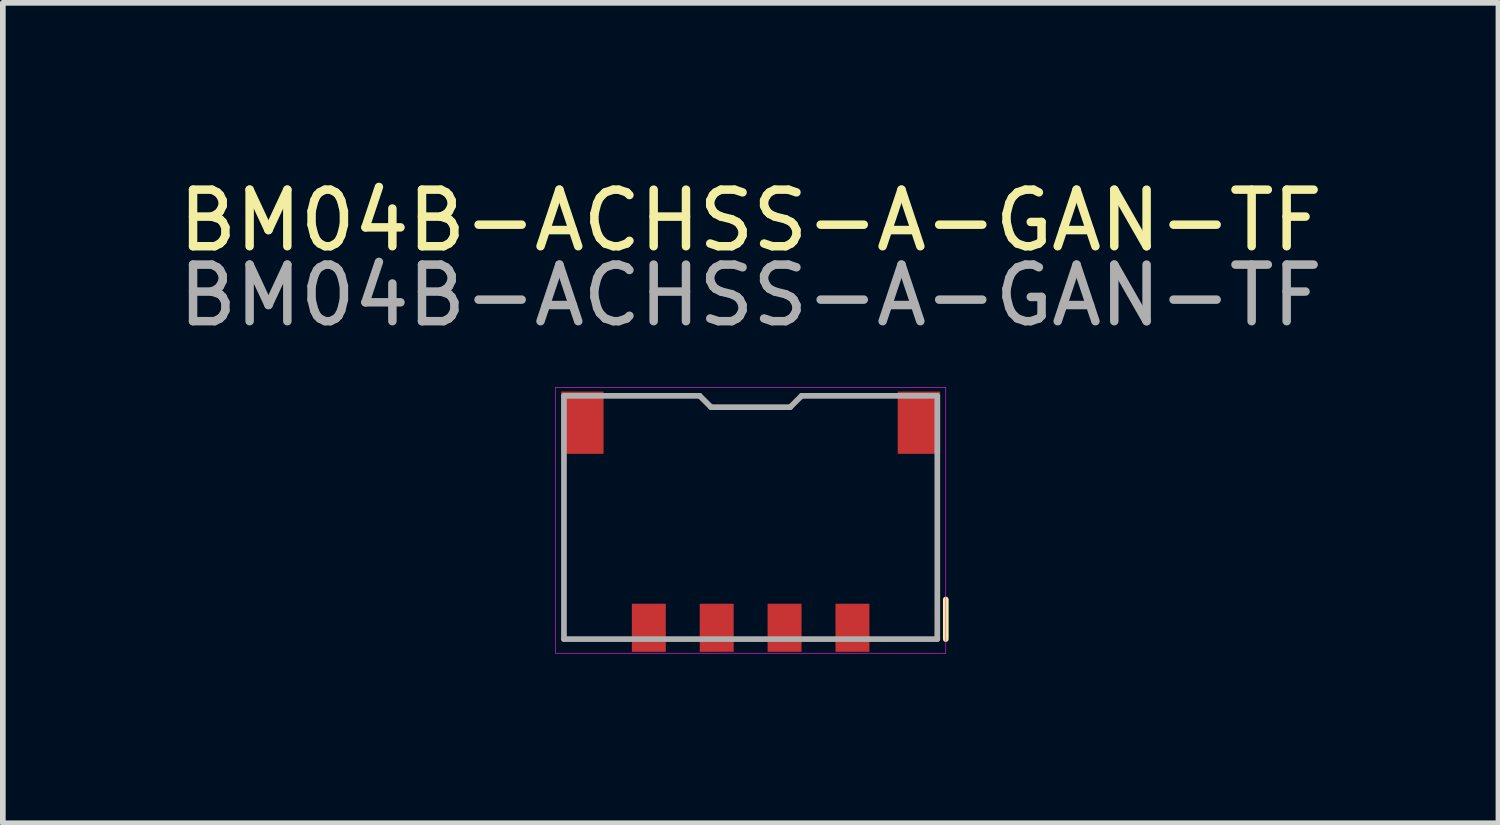
<source format=kicad_pcb>
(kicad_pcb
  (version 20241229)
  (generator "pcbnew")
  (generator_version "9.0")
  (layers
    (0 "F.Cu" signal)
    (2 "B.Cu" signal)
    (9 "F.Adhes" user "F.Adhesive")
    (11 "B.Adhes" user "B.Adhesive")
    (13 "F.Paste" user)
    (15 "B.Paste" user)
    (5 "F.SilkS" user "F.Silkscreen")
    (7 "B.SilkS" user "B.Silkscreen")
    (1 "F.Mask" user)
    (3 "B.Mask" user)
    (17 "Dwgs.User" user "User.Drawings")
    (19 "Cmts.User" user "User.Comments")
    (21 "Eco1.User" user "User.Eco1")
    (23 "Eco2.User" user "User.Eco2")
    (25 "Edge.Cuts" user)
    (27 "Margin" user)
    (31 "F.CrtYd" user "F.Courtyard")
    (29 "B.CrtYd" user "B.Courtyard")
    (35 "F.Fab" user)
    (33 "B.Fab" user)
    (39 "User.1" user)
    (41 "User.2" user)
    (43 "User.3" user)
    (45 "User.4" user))
  (footprint "BM04B-ACHSS-A-GAN-TF"
    (layer "F.Cu")
    (at 10.22 8.048)
    (property "Reference" "BM04B-ACHSS-A-GAN-TF" (at 0 -7.2 0) (layer "F.SilkS") (effects (font (size 1 1) (thickness 0.15))))
    (attr through_hole)
    (fp_line (start 3.45 -0.5) (end 3.45 0.2) (stroke (width 0.1) (type solid)) (layer "F.SilkS"))
    (fp_line (start 3.45 0.2) (end 3.45 0.2) (stroke (width 0.01) (type solid)) (layer "F.SilkS"))
    (fp_line (start -3.45 -4.25) (end 3.45 -4.25) (stroke (width 0.01) (type solid)) (layer "F.CrtYd"))
    (fp_line (start -3.45 0.45) (end -3.45 -4.25) (stroke (width 0.01) (type solid)) (layer "F.CrtYd"))
    (fp_line (start 3.45 -4.25) (end 3.45 0.45) (stroke (width 0.01) (type solid)) (layer "F.CrtYd"))
    (fp_line (start 3.45 0.45) (end -3.45 0.45) (stroke (width 0.01) (type solid)) (layer "F.CrtYd"))
    (fp_line (start -3.3 -4.1) (end -3.3 0.2) (stroke (width 0.1) (type solid)) (layer "F.Fab"))
    (fp_line (start -3.3 0.2) (end 3.3 0.2) (stroke (width 0.1) (type solid)) (layer "F.Fab"))
    (fp_line (start -0.9 -4.1) (end -3.3 -4.1) (stroke (width 0.1) (type solid)) (layer "F.Fab"))
    (fp_line (start -0.7 -3.9) (end -0.9 -4.1) (stroke (width 0.1) (type solid)) (layer "F.Fab"))
    (fp_line (start 0.7 -3.9) (end -0.7 -3.9) (stroke (width 0.1) (type solid)) (layer "F.Fab"))
    (fp_line (start 0.9 -4.1) (end 0.7 -3.9) (stroke (width 0.1) (type solid)) (layer "F.Fab"))
    (fp_line (start 3.3 -4.1) (end 0.9 -4.1) (stroke (width 0.1) (type solid)) (layer "F.Fab"))
    (fp_line (start 3.3 0.2) (end 3.3 -4.1) (stroke (width 0.1) (type solid)) (layer "F.Fab"))
    (fp_text user "${REFERENCE}" (at 0 -5.875 0) (layer "F.Fab") (effects (font (size 1 1) (thickness 0.15))))
    (pad "1" smd rect (at 1.8 0) (size 0.6 0.85) (layers "F.Cu" "F.Mask" "F.Paste"))
    (pad "2" smd rect (at 0.6 0) (size 0.6 0.85) (layers "F.Cu" "F.Mask" "F.Paste"))
    (pad "3" smd rect (at -0.6 0) (size 0.6 0.85) (layers "F.Cu" "F.Mask" "F.Paste"))
    (pad "4" smd rect (at -1.8 0) (size 0.6 0.85) (layers "F.Cu" "F.Mask" "F.Paste"))
    (pad "5" smd rect (at 2.975 -3.625) (size 0.75 1.1) (layers "F.Cu" "F.Mask" "F.Paste"))
    (pad "6" smd rect (at -2.975 -3.625) (size 0.75 1.1) (layers "F.Cu" "F.Mask" "F.Paste")))
  (gr_rect
    (start -3 -3)
    (end 23.44 11.503)
    (stroke (width 0.1) (type default))
    (fill no)
    (layer "Edge.Cuts")))
</source>
